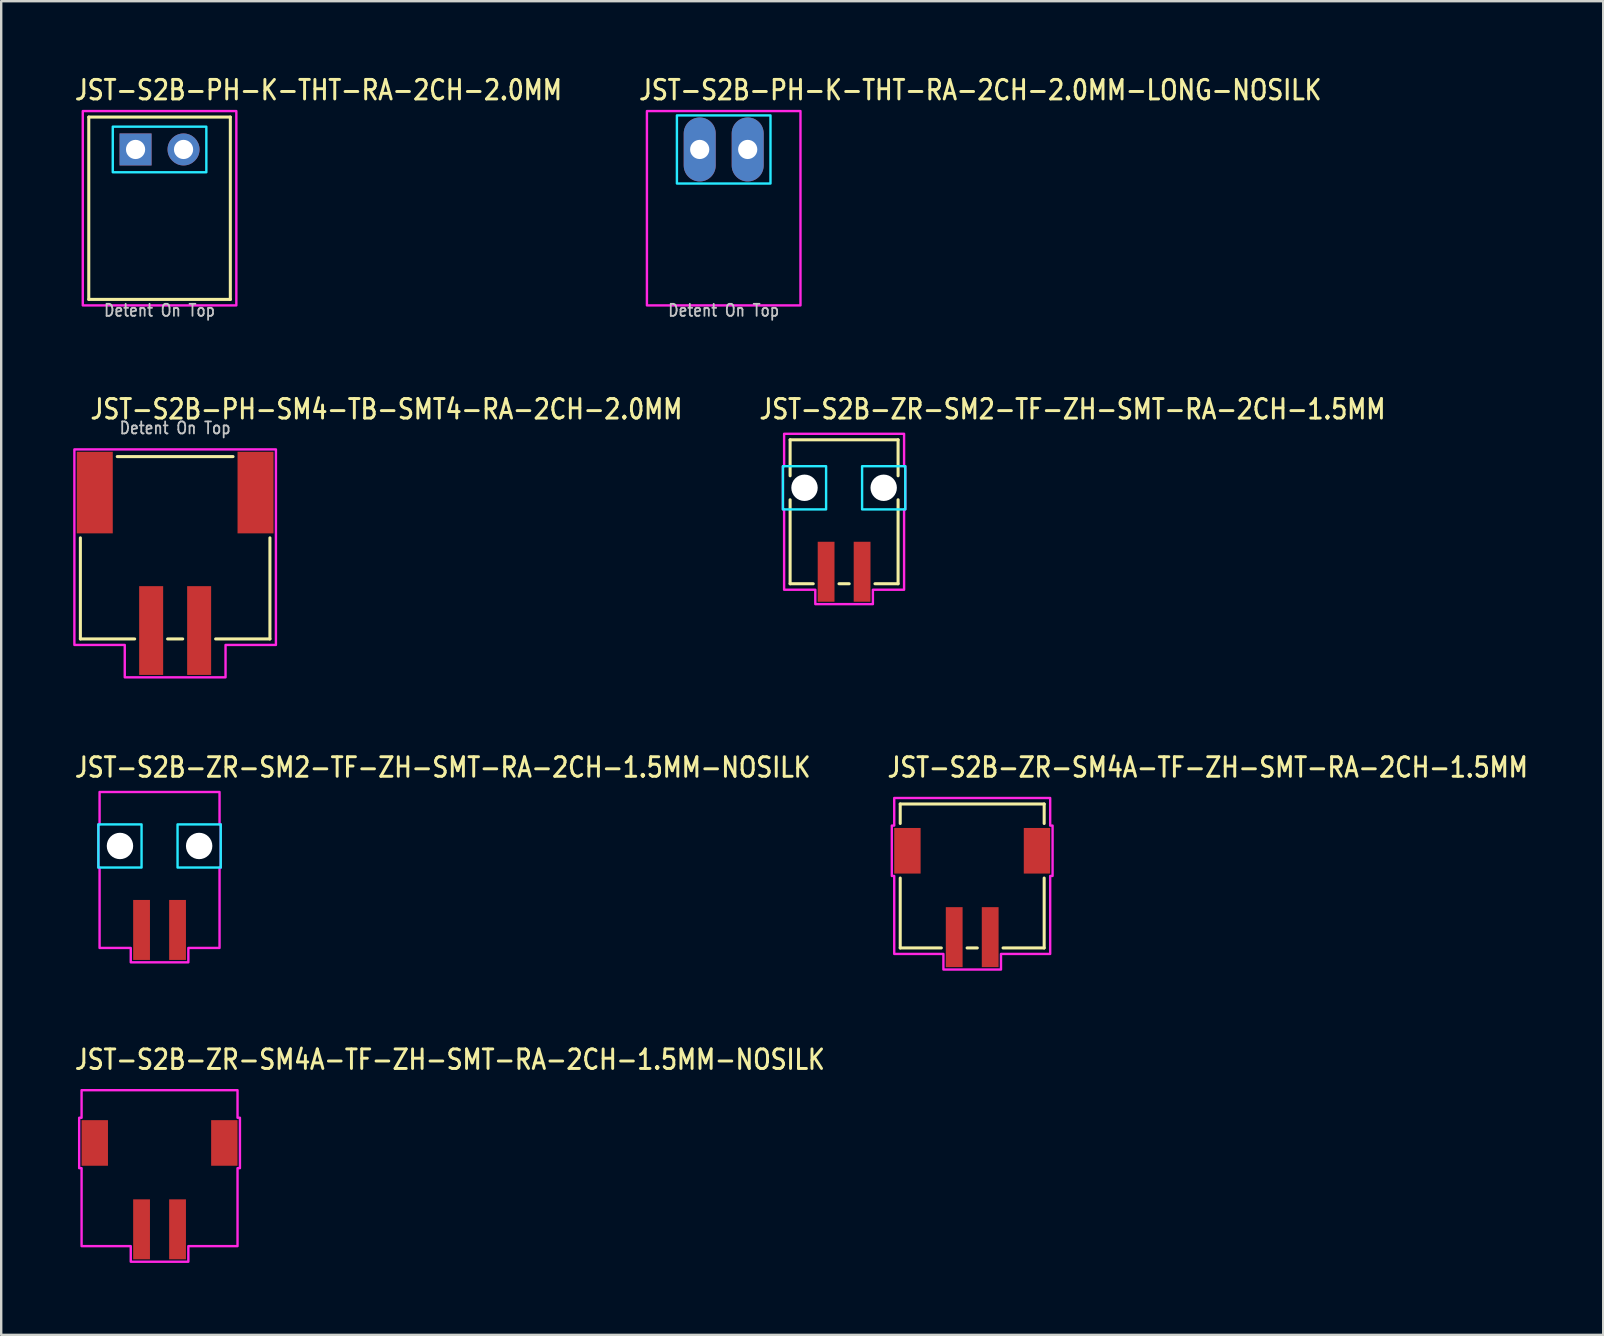
<source format=kicad_pcb>
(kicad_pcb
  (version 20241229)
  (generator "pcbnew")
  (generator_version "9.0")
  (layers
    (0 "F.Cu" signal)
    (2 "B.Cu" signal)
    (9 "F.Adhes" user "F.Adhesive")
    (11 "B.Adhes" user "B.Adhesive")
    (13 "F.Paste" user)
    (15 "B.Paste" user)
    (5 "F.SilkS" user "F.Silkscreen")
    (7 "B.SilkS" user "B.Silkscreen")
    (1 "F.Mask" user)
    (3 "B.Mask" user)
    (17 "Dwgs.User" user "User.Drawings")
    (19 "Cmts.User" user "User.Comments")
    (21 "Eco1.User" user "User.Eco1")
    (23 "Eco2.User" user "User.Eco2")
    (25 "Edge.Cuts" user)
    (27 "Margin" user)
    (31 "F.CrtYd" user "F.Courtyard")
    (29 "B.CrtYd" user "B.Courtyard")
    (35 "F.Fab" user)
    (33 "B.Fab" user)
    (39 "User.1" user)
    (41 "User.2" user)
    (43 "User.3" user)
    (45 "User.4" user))
  (footprint "JST-S2B-ZR-SM4A-TF-ZH-SMT-RA-2CH-1.5MM"
    (layer "F.Cu")
    (at 37.47 32.409)
    (property "Reference" "JST-S2B-ZR-SM4A-TF-ZH-SMT-RA-2CH-1.5MM" (at -3.6 -3 0) (unlocked yes) (layer "F.SilkS") (effects (font (size 0.813 0.695) (thickness 0.122)) (justify left bottom)))
    (fp_line (start -3 -1.95) (end -3 -1.137) (stroke (width 0.127) (type solid)) (layer "F.SilkS"))
    (fp_line (start -3 -1.95) (end 3 -1.95) (stroke (width 0.127) (type solid)) (layer "F.SilkS"))
    (fp_line (start -3 4.05) (end -3 1.137) (stroke (width 0.127) (type solid)) (layer "F.SilkS"))
    (fp_line (start -3 4.05) (end -1.286 4.05) (stroke (width 0.127) (type solid)) (layer "F.SilkS"))
    (fp_line (start -0.213 4.05) (end 0.213 4.05) (stroke (width 0.127) (type solid)) (layer "F.SilkS"))
    (fp_line (start 1.286 4.05) (end 3 4.05) (stroke (width 0.127) (type solid)) (layer "F.SilkS"))
    (fp_line (start 3 -1.137) (end 3 -1.95) (stroke (width 0.127) (type solid)) (layer "F.SilkS"))
    (fp_line (start 3 1.137) (end 3 4.05) (stroke (width 0.127) (type solid)) (layer "F.SilkS"))
    (fp_poly (pts (xy -3.25 -2.2) (xy -3.25 -1.05) (xy -3.35 -1.05) (xy -3.35 1.05) (xy -3.25 1.05) (xy -3.25 4.3) (xy -1.2 4.3) (xy -1.2 4.95) (xy 1.2 4.95) (xy 1.2 4.3) (xy 3.25 4.3) (xy 3.25 1.05) (xy 3.35 1.05) (xy 3.35 -1.05) (xy 3.25 -1.05) (xy 3.25 -2.2)) (stroke (width 0.1) (type solid)) (fill no) (layer "F.CrtYd"))
    (pad "P$1" smd rect (at 0.75 3.6) (size 0.7 2.5) (layers "F.Cu" "F.Mask" "F.Paste"))
    (pad "P$2" smd rect (at -0.75 3.6) (size 0.7 2.5) (layers "F.Cu" "F.Mask" "F.Paste"))
    (pad "S$1" smd rect (at -2.7 0) (size 1.1 1.9) (layers "F.Cu" "F.Mask" "F.Paste"))
    (pad "S$2" smd rect (at 2.7 0) (size 1.1 1.9) (layers "F.Cu" "F.Mask" "F.Paste")))
  (footprint "JST-S2B-PH-K-THT-RA-2CH-2.0MM-LONG-NOSILK"
    (layer "F.Cu")
    (at 27.113 3.179)
    (property "Reference" "JST-S2B-PH-K-THT-RA-2CH-2.0MM-LONG-NOSILK" (at -3.6 -2 0) (unlocked yes) (layer "F.SilkS") (effects (font (size 0.813 0.695) (thickness 0.122)) (justify left bottom)))
    (fp_poly (pts (xy -1.95 -1.42) (xy -1.95 1.42) (xy 1.95 1.42) (xy 1.95 -1.42)) (stroke (width 0.1) (type solid)) (fill no) (layer "B.CrtYd"))
    (fp_poly (pts (xy -3.2 -1.6) (xy -3.2 6.5) (xy 3.2 6.5) (xy 3.2 -1.6)) (stroke (width 0.1) (type solid)) (fill no) (layer "F.CrtYd"))
    (fp_text user "Detent On Top" (at 0 7 0) (unlocked yes) (layer "Dwgs.User") (effects (font (size 0.5 0.427) (thickness 0.075)) (justify bottom)))
    (pad "P$1" thru_hole oval (at -1 0 90) (size 2.667 1.333) (drill 0.8) (layers "*.Cu" "*.Mask"))
    (pad "P$2" thru_hole oval (at 1 0 90) (size 2.667 1.333) (drill 0.8) (layers "*.Cu" "*.Mask")))
  (footprint "JST-S2B-PH-SM4-TB-SMT4-RA-2CH-2.0MM"
    (layer "F.Cu")
    (at 4.25 17.48)
    (property "Reference" "JST-S2B-PH-SM4-TB-SMT4-RA-2CH-2.0MM" (at -3.6 -3 0) (unlocked yes) (layer "F.SilkS") (effects (font (size 0.813 0.695) (thickness 0.122)) (justify left bottom)))
    (fp_line (start -3.95 6.1) (end -3.95 1.887) (stroke (width 0.127) (type solid)) (layer "F.SilkS"))
    (fp_line (start -3.95 6.1) (end -1.687 6.1) (stroke (width 0.127) (type solid)) (layer "F.SilkS"))
    (fp_line (start -2.413 -1.5) (end 2.413 -1.5) (stroke (width 0.127) (type solid)) (layer "F.SilkS"))
    (fp_line (start -0.314 6.1) (end 0.314 6.1) (stroke (width 0.127) (type solid)) (layer "F.SilkS"))
    (fp_line (start 1.687 6.1) (end 3.95 6.1) (stroke (width 0.127) (type solid)) (layer "F.SilkS"))
    (fp_line (start 3.95 1.887) (end 3.95 6.1) (stroke (width 0.127) (type solid)) (layer "F.SilkS"))
    (fp_poly (pts (xy -4.2 -1.8) (xy -4.2 6.35) (xy -2.1 6.35) (xy -2.1 7.7) (xy 2.1 7.7) (xy 2.1 6.35) (xy 4.2 6.35) (xy 4.2 -1.8)) (stroke (width 0.1) (type solid)) (fill no) (layer "F.CrtYd"))
    (fp_text user "Detent On Top" (at 0 -2.4 0) (unlocked yes) (layer "Dwgs.User") (effects (font (size 0.5 0.427) (thickness 0.075)) (justify bottom)))
    (pad "P$1" smd rect (at 1 5.75) (size 1 3.7) (layers "F.Cu" "F.Mask" "F.Paste"))
    (pad "P$2" smd rect (at -1 5.75) (size 1 3.7) (layers "F.Cu" "F.Mask" "F.Paste"))
    (pad "S$1" smd rect (at -3.35 0) (size 1.5 3.4) (layers "F.Cu" "F.Mask" "F.Paste"))
    (pad "S$2" smd rect (at 3.35 0) (size 1.5 3.4) (layers "F.Cu" "F.Mask" "F.Paste")))
  (footprint "JST-S2B-PH-K-THT-RA-2CH-2.0MM"
    (layer "F.Cu")
    (at 3.6 3.179)
    (property "Reference" "JST-S2B-PH-K-THT-RA-2CH-2.0MM" (at -3.6 -2 0) (unlocked yes) (layer "F.SilkS") (effects (font (size 0.813 0.695) (thickness 0.122)) (justify left bottom)))
    (fp_line (start -2.95 -1.35) (end 2.95 -1.35) (stroke (width 0.127) (type solid)) (layer "F.SilkS"))
    (fp_line (start -2.95 6.25) (end -2.95 -1.35) (stroke (width 0.127) (type solid)) (layer "F.SilkS"))
    (fp_line (start -2.95 6.25) (end 2.95 6.25) (stroke (width 0.127) (type solid)) (layer "F.SilkS"))
    (fp_line (start 2.95 -1.35) (end 2.95 6.25) (stroke (width 0.127) (type solid)) (layer "F.SilkS"))
    (fp_poly (pts (xy -1.95 -0.95) (xy -1.95 0.95) (xy 1.95 0.95) (xy 1.95 -0.95)) (stroke (width 0.1) (type solid)) (fill no) (layer "B.CrtYd"))
    (fp_poly (pts (xy -3.2 -1.6) (xy -3.2 6.5) (xy 3.2 6.5) (xy 3.2 -1.6)) (stroke (width 0.1) (type solid)) (fill no) (layer "F.CrtYd"))
    (fp_text user "Detent On Top" (at 0 7 0) (unlocked yes) (layer "Dwgs.User") (effects (font (size 0.5 0.427) (thickness 0.075)) (justify bottom)))
    (pad "P$1" thru_hole rect (at -1 0) (size 1.333 1.333) (drill 0.8) (layers "*.Cu" "*.Mask"))
    (pad "P$2" thru_hole oval (at 1 0) (size 1.333 1.333) (drill 0.8) (layers "*.Cu" "*.Mask")))
  (footprint "JST-S2B-ZR-SM2-TF-ZH-SMT-RA-2CH-1.5MM-NOSILK"
    (layer "F.Cu")
    (at 3.6 32.209)
    (property "Reference" "JST-S2B-ZR-SM2-TF-ZH-SMT-RA-2CH-1.5MM-NOSILK" (at -3.6 -2.8 0) (unlocked yes) (layer "F.SilkS") (effects (font (size 0.813 0.695) (thickness 0.122)) (justify left bottom)))
    (fp_poly (pts (xy -2.55 -0.9) (xy -2.55 0.9) (xy -0.75 0.9) (xy -0.75 -0.9)) (stroke (width 0.1) (type solid)) (fill no) (layer "B.CrtYd"))
    (fp_poly (pts (xy 2.55 -0.9) (xy 2.55 0.9) (xy 0.75 0.9) (xy 0.75 -0.9)) (stroke (width 0.1) (type solid)) (fill no) (layer "B.CrtYd"))
    (fp_poly (pts (xy -2.5 -2.25) (xy -2.5 -0.9) (xy -2.55 -0.9) (xy -2.55 0.9) (xy -2.5 0.9) (xy -2.5 4.25) (xy -1.2 4.25) (xy -1.2 4.85) (xy 1.2 4.85) (xy 1.2 4.25) (xy 2.5 4.25) (xy 2.5 0.9) (xy 2.55 0.9) (xy 2.55 -0.9) (xy 2.5 -0.9) (xy 2.5 -2.25)) (stroke (width 0.1) (type solid)) (fill no) (layer "F.CrtYd"))
    (pad "" np_thru_hole circle (at -1.65 0) (size 1.1 1.1) (drill 1.1) (layers "*.Cu" "*.Mask"))
    (pad "" np_thru_hole circle (at 1.65 0) (size 1.1 1.1) (drill 1.1) (layers "*.Cu" "*.Mask"))
    (pad "P$1" smd rect (at 0.75 3.5) (size 0.7 2.5) (layers "F.Cu" "F.Mask" "F.Paste"))
    (pad "P$2" smd rect (at -0.75 3.5) (size 0.7 2.5) (layers "F.Cu" "F.Mask" "F.Paste")))
  (footprint "JST-S2B-ZR-SM2-TF-ZH-SMT-RA-2CH-1.5MM"
    (layer "F.Cu")
    (at 32.131 17.28)
    (property "Reference" "JST-S2B-ZR-SM2-TF-ZH-SMT-RA-2CH-1.5MM" (at -3.6 -2.8 0) (unlocked yes) (layer "F.SilkS") (effects (font (size 0.813 0.695) (thickness 0.122)) (justify left bottom)))
    (fp_line (start -2.25 -2) (end -2.25 -0.5) (stroke (width 0.127) (type solid)) (layer "F.SilkS"))
    (fp_line (start -2.25 -2) (end 2.25 -2) (stroke (width 0.127) (type solid)) (layer "F.SilkS"))
    (fp_line (start -2.25 4) (end -2.25 0.5) (stroke (width 0.127) (type solid)) (layer "F.SilkS"))
    (fp_line (start -2.25 4) (end -1.286 4) (stroke (width 0.127) (type solid)) (layer "F.SilkS"))
    (fp_line (start -0.213 4) (end 0.213 4) (stroke (width 0.127) (type solid)) (layer "F.SilkS"))
    (fp_line (start 1.286 4) (end 2.25 4) (stroke (width 0.127) (type solid)) (layer "F.SilkS"))
    (fp_line (start 2.25 -0.5) (end 2.25 -2) (stroke (width 0.127) (type solid)) (layer "F.SilkS"))
    (fp_line (start 2.25 0.5) (end 2.25 4) (stroke (width 0.127) (type solid)) (layer "F.SilkS"))
    (fp_poly (pts (xy -2.55 -0.9) (xy -2.55 0.9) (xy -0.75 0.9) (xy -0.75 -0.9)) (stroke (width 0.1) (type solid)) (fill no) (layer "B.CrtYd"))
    (fp_poly (pts (xy 2.55 -0.9) (xy 2.55 0.9) (xy 0.75 0.9) (xy 0.75 -0.9)) (stroke (width 0.1) (type solid)) (fill no) (layer "B.CrtYd"))
    (fp_poly (pts (xy -2.5 -2.25) (xy -2.5 -0.9) (xy -2.55 -0.9) (xy -2.55 0.9) (xy -2.5 0.9) (xy -2.5 4.25) (xy -1.2 4.25) (xy -1.2 4.85) (xy 1.2 4.85) (xy 1.2 4.25) (xy 2.5 4.25) (xy 2.5 0.9) (xy 2.55 0.9) (xy 2.55 -0.9) (xy 2.5 -0.9) (xy 2.5 -2.25)) (stroke (width 0.1) (type solid)) (fill no) (layer "F.CrtYd"))
    (pad "" np_thru_hole circle (at -1.65 0) (size 1.1 1.1) (drill 1.1) (layers "*.Cu" "*.Mask"))
    (pad "" np_thru_hole circle (at 1.65 0) (size 1.1 1.1) (drill 1.1) (layers "*.Cu" "*.Mask"))
    (pad "P$1" smd rect (at 0.75 3.5) (size 0.7 2.5) (layers "F.Cu" "F.Mask" "F.Paste"))
    (pad "P$2" smd rect (at -0.75 3.5) (size 0.7 2.5) (layers "F.Cu" "F.Mask" "F.Paste")))
  (footprint "JST-S2B-ZR-SM4A-TF-ZH-SMT-RA-2CH-1.5MM-NOSILK"
    (layer "F.Cu")
    (at 3.6 44.587)
    (property "Reference" "JST-S2B-ZR-SM4A-TF-ZH-SMT-RA-2CH-1.5MM-NOSILK" (at -3.6 -3 0) (unlocked yes) (layer "F.SilkS") (effects (font (size 0.813 0.695) (thickness 0.122)) (justify left bottom)))
    (fp_poly (pts (xy -3.25 -2.2) (xy -3.25 -1.05) (xy -3.35 -1.05) (xy -3.35 1.05) (xy -3.25 1.05) (xy -3.25 4.3) (xy -1.2 4.3) (xy -1.2 4.95) (xy 1.2 4.95) (xy 1.2 4.3) (xy 3.25 4.3) (xy 3.25 1.05) (xy 3.35 1.05) (xy 3.35 -1.05) (xy 3.25 -1.05) (xy 3.25 -2.2)) (stroke (width 0.1) (type solid)) (fill no) (layer "F.CrtYd"))
    (pad "P$1" smd rect (at 0.75 3.6) (size 0.7 2.5) (layers "F.Cu" "F.Mask" "F.Paste"))
    (pad "P$2" smd rect (at -0.75 3.6) (size 0.7 2.5) (layers "F.Cu" "F.Mask" "F.Paste"))
    (pad "S$1" smd rect (at -2.7 0) (size 1.1 1.9) (layers "F.Cu" "F.Mask" "F.Paste"))
    (pad "S$2" smd rect (at 2.7 0) (size 1.1 1.9) (layers "F.Cu" "F.Mask" "F.Paste")))
  (gr_rect
    (start -3 -3)
    (end 63.77 52.587)
    (stroke (width 0.1) (type default))
    (fill no)
    (layer "Edge.Cuts")))
</source>
